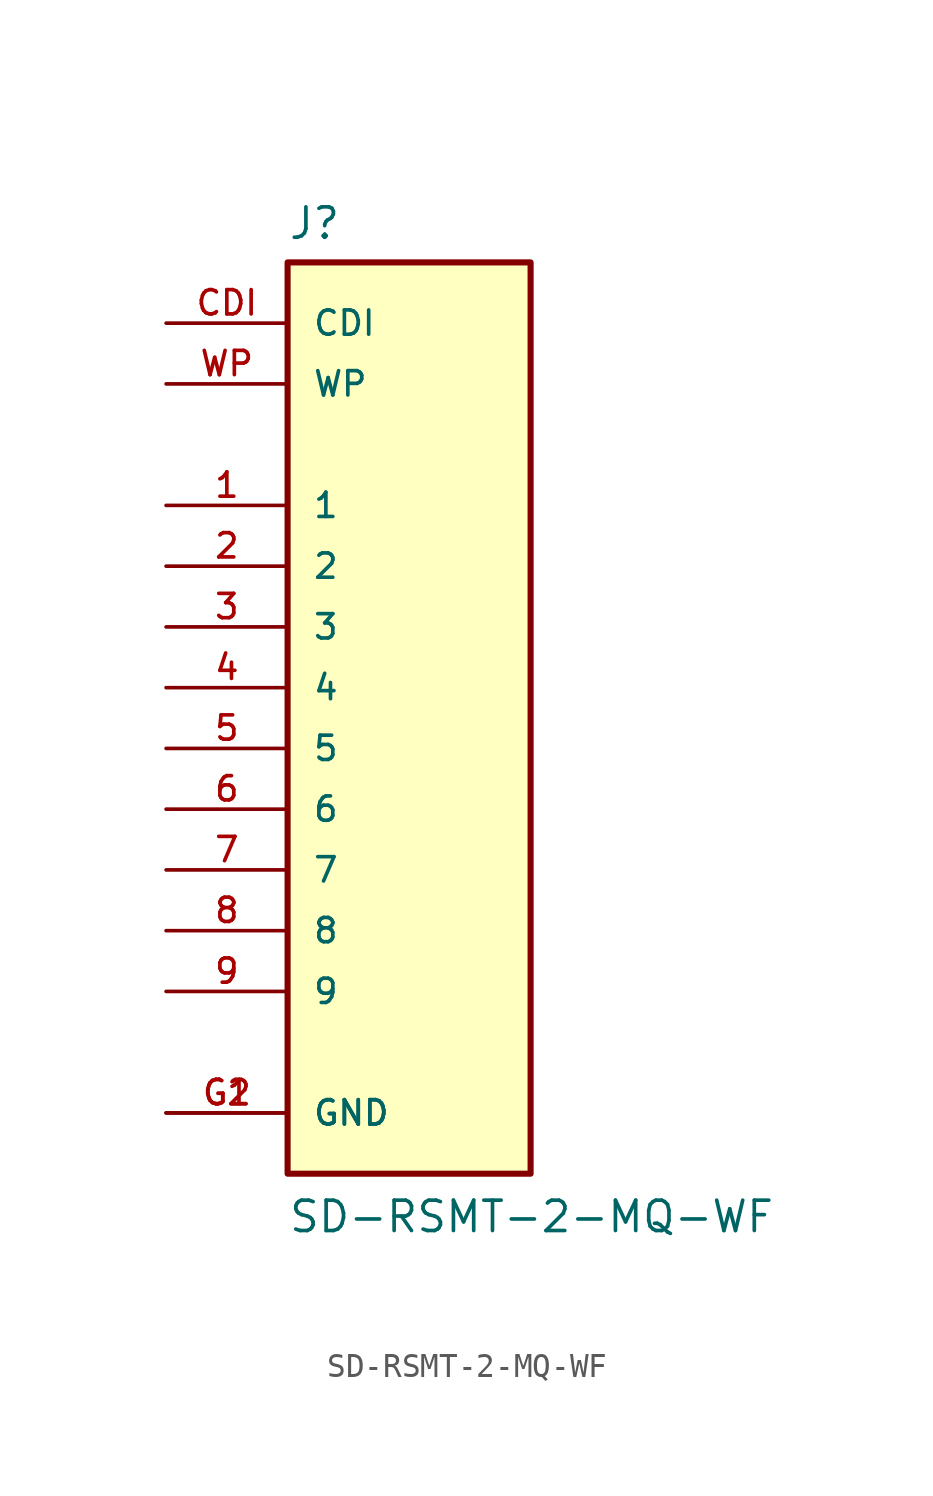
<source format=kicad_sym>
(kicad_symbol_lib
  (version 20231120)
  (generator "kicad_symbol_editor")
  (generator_version "8.0")
  (symbol "SD-RSMT-2-MQ-WF"
    (pin_names
      (offset 1.016))
    (property "Reference" "J"
      (at -5.08 18.669 0)
      (effects (font (size 1.27 1.27)) (justify left bottom)))
    (property "Value" "SD-RSMT-2-MQ-WF"
      (at -5.08 -22.86 0)
      (effects (font (size 1.27 1.27)) (justify left bottom)))
    (symbol "SD-RSMT-2-MQ-WF_0_0"
      (rectangle (start -5.08 -20.32) (end 5.08 17.78) (stroke (width 0.254) (type default)) (fill (type background)))
      (pin passive line (at -10.16 7.62 0) (length 5.08) (name "1" (effects (font (size 1.016 1.016)))) (number "1" (effects (font (size 1.016 1.016)))))
      (pin passive line (at -10.16 5.08 0) (length 5.08) (name "2" (effects (font (size 1.016 1.016)))) (number "2" (effects (font (size 1.016 1.016)))))
      (pin passive line (at -10.16 2.54 0) (length 5.08) (name "3" (effects (font (size 1.016 1.016)))) (number "3" (effects (font (size 1.016 1.016)))))
      (pin passive line (at -10.16 0 0) (length 5.08) (name "4" (effects (font (size 1.016 1.016)))) (number "4" (effects (font (size 1.016 1.016)))))
      (pin passive line (at -10.16 -2.54 0) (length 5.08) (name "5" (effects (font (size 1.016 1.016)))) (number "5" (effects (font (size 1.016 1.016)))))
      (pin passive line (at -10.16 -5.08 0) (length 5.08) (name "6" (effects (font (size 1.016 1.016)))) (number "6" (effects (font (size 1.016 1.016)))))
      (pin passive line (at -10.16 -7.62 0) (length 5.08) (name "7" (effects (font (size 1.016 1.016)))) (number "7" (effects (font (size 1.016 1.016)))))
      (pin passive line (at -10.16 -10.16 0) (length 5.08) (name "8" (effects (font (size 1.016 1.016)))) (number "8" (effects (font (size 1.016 1.016)))))
      (pin passive line (at -10.16 -12.7 0) (length 5.08) (name "9" (effects (font (size 1.016 1.016)))) (number "9" (effects (font (size 1.016 1.016)))))
      (pin input line (at -10.16 15.24 0) (length 5.08) (name "CDI" (effects (font (size 1.016 1.016)))) (number "CDI" (effects (font (size 1.016 1.016)))))
      (pin power_in line (at -10.16 -17.78 0) (length 5.08) (name "GND" (effects (font (size 1.016 1.016)))) (number "G1" (effects (font (size 1.016 1.016)))))
      (pin power_in line (at -10.16 -17.78 0) (length 5.08) (name "GND" (effects (font (size 1.016 1.016)))) (number "G2" (effects (font (size 1.016 1.016)))))
      (pin input line (at -10.16 12.7 0) (length 5.08) (name "WP" (effects (font (size 1.016 1.016)))) (number "WP" (effects (font (size 1.016 1.016))))))))
</source>
